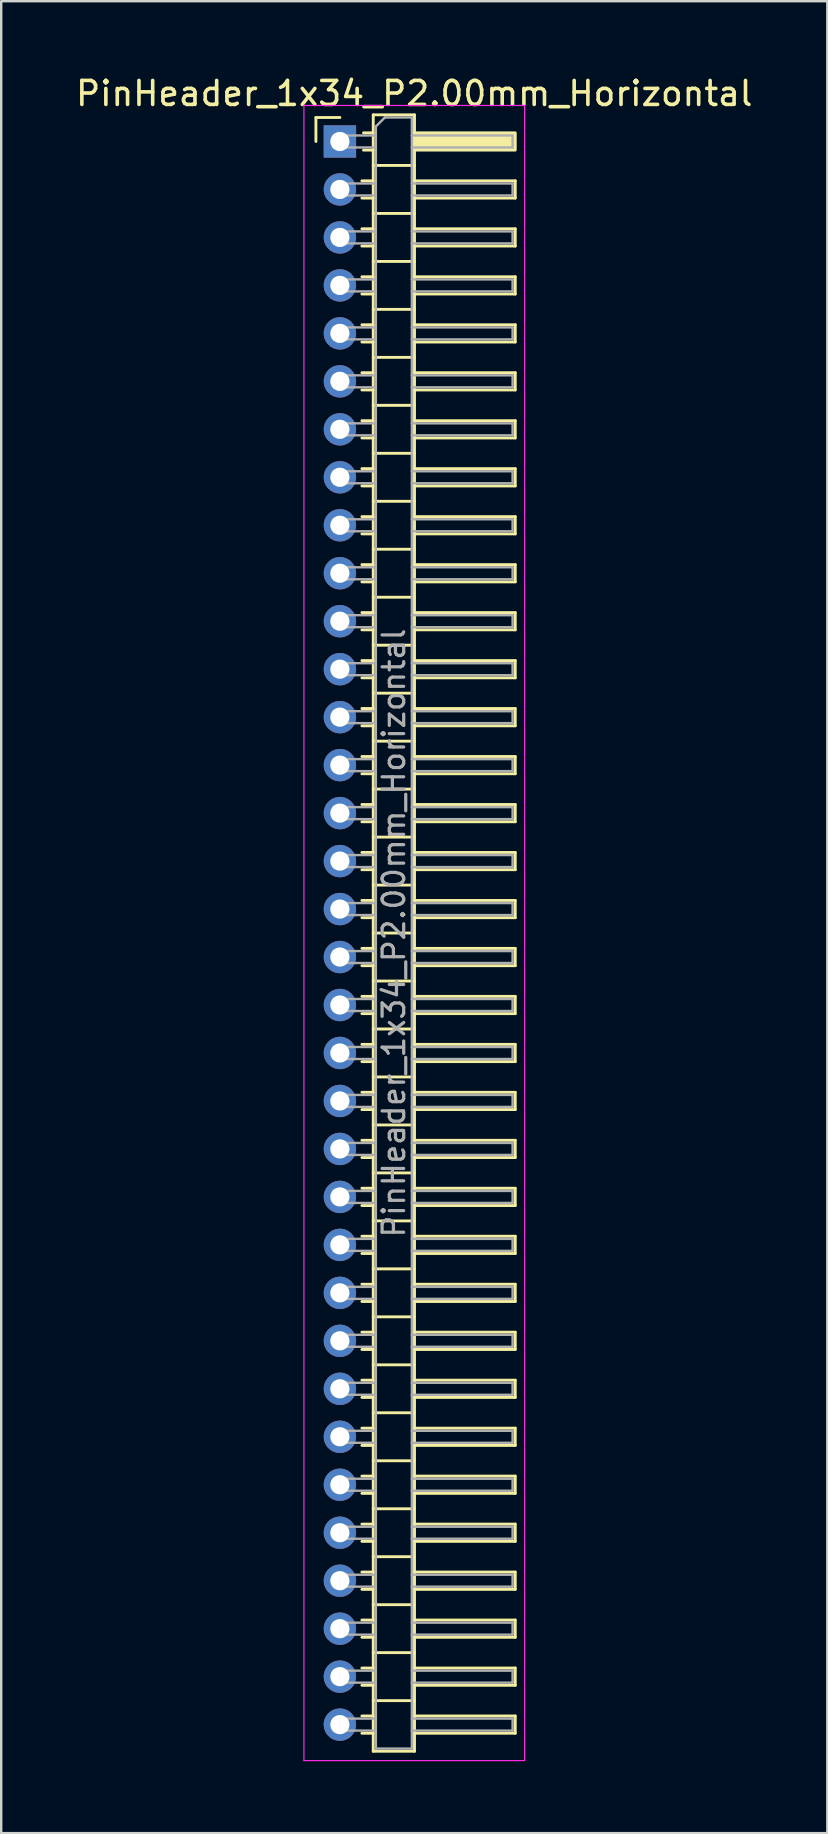
<source format=kicad_pcb>
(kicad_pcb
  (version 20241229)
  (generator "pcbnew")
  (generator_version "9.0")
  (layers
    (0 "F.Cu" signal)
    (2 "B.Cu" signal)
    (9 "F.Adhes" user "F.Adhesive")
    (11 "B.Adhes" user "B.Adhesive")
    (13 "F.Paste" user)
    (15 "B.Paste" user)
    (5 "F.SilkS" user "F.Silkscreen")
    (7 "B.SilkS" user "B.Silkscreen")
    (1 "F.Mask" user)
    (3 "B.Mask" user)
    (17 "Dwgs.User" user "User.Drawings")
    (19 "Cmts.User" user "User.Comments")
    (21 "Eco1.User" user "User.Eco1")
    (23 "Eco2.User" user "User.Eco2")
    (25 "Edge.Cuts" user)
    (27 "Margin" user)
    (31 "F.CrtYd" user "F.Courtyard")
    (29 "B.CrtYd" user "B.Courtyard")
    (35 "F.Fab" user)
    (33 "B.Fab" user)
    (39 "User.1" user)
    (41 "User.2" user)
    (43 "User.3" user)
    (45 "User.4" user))
  (footprint "PinHeader_1x34_P2.00mm_Horizontal"
    (layer "F.Cu")
    (at 11.12 2.848)
    (property "Reference" "PinHeader_1x34_P2.00mm_Horizontal" (at 3.1 -2 0) (layer "F.SilkS") (effects (font (size 1 1) (thickness 0.15))))
    (attr through_hole)
    (fp_line (start -1 -1) (end 0 -1) (stroke (width 0.12) (type solid)) (layer "F.SilkS"))
    (fp_line (start -1 0) (end -1 -1) (stroke (width 0.12) (type solid)) (layer "F.SilkS"))
    (fp_line (start 0.917 1.64) (end 1.39 1.64) (stroke (width 0.12) (type solid)) (layer "F.SilkS"))
    (fp_line (start 0.917 2.36) (end 1.39 2.36) (stroke (width 0.12) (type solid)) (layer "F.SilkS"))
    (fp_line (start 0.917 3.64) (end 1.39 3.64) (stroke (width 0.12) (type solid)) (layer "F.SilkS"))
    (fp_line (start 0.917 4.36) (end 1.39 4.36) (stroke (width 0.12) (type solid)) (layer "F.SilkS"))
    (fp_line (start 0.917 5.64) (end 1.39 5.64) (stroke (width 0.12) (type solid)) (layer "F.SilkS"))
    (fp_line (start 0.917 6.36) (end 1.39 6.36) (stroke (width 0.12) (type solid)) (layer "F.SilkS"))
    (fp_line (start 0.917 7.64) (end 1.39 7.64) (stroke (width 0.12) (type solid)) (layer "F.SilkS"))
    (fp_line (start 0.917 8.36) (end 1.39 8.36) (stroke (width 0.12) (type solid)) (layer "F.SilkS"))
    (fp_line (start 0.917 9.64) (end 1.39 9.64) (stroke (width 0.12) (type solid)) (layer "F.SilkS"))
    (fp_line (start 0.917 10.36) (end 1.39 10.36) (stroke (width 0.12) (type solid)) (layer "F.SilkS"))
    (fp_line (start 0.917 11.64) (end 1.39 11.64) (stroke (width 0.12) (type solid)) (layer "F.SilkS"))
    (fp_line (start 0.917 12.36) (end 1.39 12.36) (stroke (width 0.12) (type solid)) (layer "F.SilkS"))
    (fp_line (start 0.917 13.64) (end 1.39 13.64) (stroke (width 0.12) (type solid)) (layer "F.SilkS"))
    (fp_line (start 0.917 14.36) (end 1.39 14.36) (stroke (width 0.12) (type solid)) (layer "F.SilkS"))
    (fp_line (start 0.917 15.64) (end 1.39 15.64) (stroke (width 0.12) (type solid)) (layer "F.SilkS"))
    (fp_line (start 0.917 16.36) (end 1.39 16.36) (stroke (width 0.12) (type solid)) (layer "F.SilkS"))
    (fp_line (start 0.917 17.64) (end 1.39 17.64) (stroke (width 0.12) (type solid)) (layer "F.SilkS"))
    (fp_line (start 0.917 18.36) (end 1.39 18.36) (stroke (width 0.12) (type solid)) (layer "F.SilkS"))
    (fp_line (start 0.917 19.64) (end 1.39 19.64) (stroke (width 0.12) (type solid)) (layer "F.SilkS"))
    (fp_line (start 0.917 20.36) (end 1.39 20.36) (stroke (width 0.12) (type solid)) (layer "F.SilkS"))
    (fp_line (start 0.917 21.64) (end 1.39 21.64) (stroke (width 0.12) (type solid)) (layer "F.SilkS"))
    (fp_line (start 0.917 22.36) (end 1.39 22.36) (stroke (width 0.12) (type solid)) (layer "F.SilkS"))
    (fp_line (start 0.917 23.64) (end 1.39 23.64) (stroke (width 0.12) (type solid)) (layer "F.SilkS"))
    (fp_line (start 0.917 24.36) (end 1.39 24.36) (stroke (width 0.12) (type solid)) (layer "F.SilkS"))
    (fp_line (start 0.917 25.64) (end 1.39 25.64) (stroke (width 0.12) (type solid)) (layer "F.SilkS"))
    (fp_line (start 0.917 26.36) (end 1.39 26.36) (stroke (width 0.12) (type solid)) (layer "F.SilkS"))
    (fp_line (start 0.917 27.64) (end 1.39 27.64) (stroke (width 0.12) (type solid)) (layer "F.SilkS"))
    (fp_line (start 0.917 28.36) (end 1.39 28.36) (stroke (width 0.12) (type solid)) (layer "F.SilkS"))
    (fp_line (start 0.917 29.64) (end 1.39 29.64) (stroke (width 0.12) (type solid)) (layer "F.SilkS"))
    (fp_line (start 0.917 30.36) (end 1.39 30.36) (stroke (width 0.12) (type solid)) (layer "F.SilkS"))
    (fp_line (start 0.917 31.64) (end 1.39 31.64) (stroke (width 0.12) (type solid)) (layer "F.SilkS"))
    (fp_line (start 0.917 32.36) (end 1.39 32.36) (stroke (width 0.12) (type solid)) (layer "F.SilkS"))
    (fp_line (start 0.917 33.64) (end 1.39 33.64) (stroke (width 0.12) (type solid)) (layer "F.SilkS"))
    (fp_line (start 0.917 34.36) (end 1.39 34.36) (stroke (width 0.12) (type solid)) (layer "F.SilkS"))
    (fp_line (start 0.917 35.64) (end 1.39 35.64) (stroke (width 0.12) (type solid)) (layer "F.SilkS"))
    (fp_line (start 0.917 36.36) (end 1.39 36.36) (stroke (width 0.12) (type solid)) (layer "F.SilkS"))
    (fp_line (start 0.917 37.64) (end 1.39 37.64) (stroke (width 0.12) (type solid)) (layer "F.SilkS"))
    (fp_line (start 0.917 38.36) (end 1.39 38.36) (stroke (width 0.12) (type solid)) (layer "F.SilkS"))
    (fp_line (start 0.917 39.64) (end 1.39 39.64) (stroke (width 0.12) (type solid)) (layer "F.SilkS"))
    (fp_line (start 0.917 40.36) (end 1.39 40.36) (stroke (width 0.12) (type solid)) (layer "F.SilkS"))
    (fp_line (start 0.917 41.64) (end 1.39 41.64) (stroke (width 0.12) (type solid)) (layer "F.SilkS"))
    (fp_line (start 0.917 42.36) (end 1.39 42.36) (stroke (width 0.12) (type solid)) (layer "F.SilkS"))
    (fp_line (start 0.917 43.64) (end 1.39 43.64) (stroke (width 0.12) (type solid)) (layer "F.SilkS"))
    (fp_line (start 0.917 44.36) (end 1.39 44.36) (stroke (width 0.12) (type solid)) (layer "F.SilkS"))
    (fp_line (start 0.917 45.64) (end 1.39 45.64) (stroke (width 0.12) (type solid)) (layer "F.SilkS"))
    (fp_line (start 0.917 46.36) (end 1.39 46.36) (stroke (width 0.12) (type solid)) (layer "F.SilkS"))
    (fp_line (start 0.917 47.64) (end 1.39 47.64) (stroke (width 0.12) (type solid)) (layer "F.SilkS"))
    (fp_line (start 0.917 48.36) (end 1.39 48.36) (stroke (width 0.12) (type solid)) (layer "F.SilkS"))
    (fp_line (start 0.917 49.64) (end 1.39 49.64) (stroke (width 0.12) (type solid)) (layer "F.SilkS"))
    (fp_line (start 0.917 50.36) (end 1.39 50.36) (stroke (width 0.12) (type solid)) (layer "F.SilkS"))
    (fp_line (start 0.917 51.64) (end 1.39 51.64) (stroke (width 0.12) (type solid)) (layer "F.SilkS"))
    (fp_line (start 0.917 52.36) (end 1.39 52.36) (stroke (width 0.12) (type solid)) (layer "F.SilkS"))
    (fp_line (start 0.917 53.64) (end 1.39 53.64) (stroke (width 0.12) (type solid)) (layer "F.SilkS"))
    (fp_line (start 0.917 54.36) (end 1.39 54.36) (stroke (width 0.12) (type solid)) (layer "F.SilkS"))
    (fp_line (start 0.917 55.64) (end 1.39 55.64) (stroke (width 0.12) (type solid)) (layer "F.SilkS"))
    (fp_line (start 0.917 56.36) (end 1.39 56.36) (stroke (width 0.12) (type solid)) (layer "F.SilkS"))
    (fp_line (start 0.917 57.64) (end 1.39 57.64) (stroke (width 0.12) (type solid)) (layer "F.SilkS"))
    (fp_line (start 0.917 58.36) (end 1.39 58.36) (stroke (width 0.12) (type solid)) (layer "F.SilkS"))
    (fp_line (start 0.917 59.64) (end 1.39 59.64) (stroke (width 0.12) (type solid)) (layer "F.SilkS"))
    (fp_line (start 0.917 60.36) (end 1.39 60.36) (stroke (width 0.12) (type solid)) (layer "F.SilkS"))
    (fp_line (start 0.917 61.64) (end 1.39 61.64) (stroke (width 0.12) (type solid)) (layer "F.SilkS"))
    (fp_line (start 0.917 62.36) (end 1.39 62.36) (stroke (width 0.12) (type solid)) (layer "F.SilkS"))
    (fp_line (start 0.917 63.64) (end 1.39 63.64) (stroke (width 0.12) (type solid)) (layer "F.SilkS"))
    (fp_line (start 0.917 64.36) (end 1.39 64.36) (stroke (width 0.12) (type solid)) (layer "F.SilkS"))
    (fp_line (start 0.917 65.64) (end 1.39 65.64) (stroke (width 0.12) (type solid)) (layer "F.SilkS"))
    (fp_line (start 0.917 66.36) (end 1.39 66.36) (stroke (width 0.12) (type solid)) (layer "F.SilkS"))
    (fp_line (start 0.985 -0.36) (end 1.39 -0.36) (stroke (width 0.12) (type solid)) (layer "F.SilkS"))
    (fp_line (start 0.985 0.36) (end 1.39 0.36) (stroke (width 0.12) (type solid)) (layer "F.SilkS"))
    (fp_line (start 1.39 -1.11) (end 1.39 67.11) (stroke (width 0.12) (type solid)) (layer "F.SilkS"))
    (fp_line (start 1.39 1) (end 3.11 1) (stroke (width 0.12) (type solid)) (layer "F.SilkS"))
    (fp_line (start 1.39 3) (end 3.11 3) (stroke (width 0.12) (type solid)) (layer "F.SilkS"))
    (fp_line (start 1.39 5) (end 3.11 5) (stroke (width 0.12) (type solid)) (layer "F.SilkS"))
    (fp_line (start 1.39 7) (end 3.11 7) (stroke (width 0.12) (type solid)) (layer "F.SilkS"))
    (fp_line (start 1.39 9) (end 3.11 9) (stroke (width 0.12) (type solid)) (layer "F.SilkS"))
    (fp_line (start 1.39 11) (end 3.11 11) (stroke (width 0.12) (type solid)) (layer "F.SilkS"))
    (fp_line (start 1.39 13) (end 3.11 13) (stroke (width 0.12) (type solid)) (layer "F.SilkS"))
    (fp_line (start 1.39 15) (end 3.11 15) (stroke (width 0.12) (type solid)) (layer "F.SilkS"))
    (fp_line (start 1.39 17) (end 3.11 17) (stroke (width 0.12) (type solid)) (layer "F.SilkS"))
    (fp_line (start 1.39 19) (end 3.11 19) (stroke (width 0.12) (type solid)) (layer "F.SilkS"))
    (fp_line (start 1.39 21) (end 3.11 21) (stroke (width 0.12) (type solid)) (layer "F.SilkS"))
    (fp_line (start 1.39 23) (end 3.11 23) (stroke (width 0.12) (type solid)) (layer "F.SilkS"))
    (fp_line (start 1.39 25) (end 3.11 25) (stroke (width 0.12) (type solid)) (layer "F.SilkS"))
    (fp_line (start 1.39 27) (end 3.11 27) (stroke (width 0.12) (type solid)) (layer "F.SilkS"))
    (fp_line (start 1.39 29) (end 3.11 29) (stroke (width 0.12) (type solid)) (layer "F.SilkS"))
    (fp_line (start 1.39 31) (end 3.11 31) (stroke (width 0.12) (type solid)) (layer "F.SilkS"))
    (fp_line (start 1.39 33) (end 3.11 33) (stroke (width 0.12) (type solid)) (layer "F.SilkS"))
    (fp_line (start 1.39 35) (end 3.11 35) (stroke (width 0.12) (type solid)) (layer "F.SilkS"))
    (fp_line (start 1.39 37) (end 3.11 37) (stroke (width 0.12) (type solid)) (layer "F.SilkS"))
    (fp_line (start 1.39 39) (end 3.11 39) (stroke (width 0.12) (type solid)) (layer "F.SilkS"))
    (fp_line (start 1.39 41) (end 3.11 41) (stroke (width 0.12) (type solid)) (layer "F.SilkS"))
    (fp_line (start 1.39 43) (end 3.11 43) (stroke (width 0.12) (type solid)) (layer "F.SilkS"))
    (fp_line (start 1.39 45) (end 3.11 45) (stroke (width 0.12) (type solid)) (layer "F.SilkS"))
    (fp_line (start 1.39 47) (end 3.11 47) (stroke (width 0.12) (type solid)) (layer "F.SilkS"))
    (fp_line (start 1.39 49) (end 3.11 49) (stroke (width 0.12) (type solid)) (layer "F.SilkS"))
    (fp_line (start 1.39 51) (end 3.11 51) (stroke (width 0.12) (type solid)) (layer "F.SilkS"))
    (fp_line (start 1.39 53) (end 3.11 53) (stroke (width 0.12) (type solid)) (layer "F.SilkS"))
    (fp_line (start 1.39 55) (end 3.11 55) (stroke (width 0.12) (type solid)) (layer "F.SilkS"))
    (fp_line (start 1.39 57) (end 3.11 57) (stroke (width 0.12) (type solid)) (layer "F.SilkS"))
    (fp_line (start 1.39 59) (end 3.11 59) (stroke (width 0.12) (type solid)) (layer "F.SilkS"))
    (fp_line (start 1.39 61) (end 3.11 61) (stroke (width 0.12) (type solid)) (layer "F.SilkS"))
    (fp_line (start 1.39 63) (end 3.11 63) (stroke (width 0.12) (type solid)) (layer "F.SilkS"))
    (fp_line (start 1.39 65) (end 3.11 65) (stroke (width 0.12) (type solid)) (layer "F.SilkS"))
    (fp_line (start 1.39 67.11) (end 3.11 67.11) (stroke (width 0.12) (type solid)) (layer "F.SilkS"))
    (fp_line (start 3.11 -1.11) (end 1.39 -1.11) (stroke (width 0.12) (type solid)) (layer "F.SilkS"))
    (fp_line (start 3.11 1.64) (end 7.31 1.64) (stroke (width 0.12) (type solid)) (layer "F.SilkS"))
    (fp_line (start 3.11 3.64) (end 7.31 3.64) (stroke (width 0.12) (type solid)) (layer "F.SilkS"))
    (fp_line (start 3.11 5.64) (end 7.31 5.64) (stroke (width 0.12) (type solid)) (layer "F.SilkS"))
    (fp_line (start 3.11 7.64) (end 7.31 7.64) (stroke (width 0.12) (type solid)) (layer "F.SilkS"))
    (fp_line (start 3.11 9.64) (end 7.31 9.64) (stroke (width 0.12) (type solid)) (layer "F.SilkS"))
    (fp_line (start 3.11 11.64) (end 7.31 11.64) (stroke (width 0.12) (type solid)) (layer "F.SilkS"))
    (fp_line (start 3.11 13.64) (end 7.31 13.64) (stroke (width 0.12) (type solid)) (layer "F.SilkS"))
    (fp_line (start 3.11 15.64) (end 7.31 15.64) (stroke (width 0.12) (type solid)) (layer "F.SilkS"))
    (fp_line (start 3.11 17.64) (end 7.31 17.64) (stroke (width 0.12) (type solid)) (layer "F.SilkS"))
    (fp_line (start 3.11 19.64) (end 7.31 19.64) (stroke (width 0.12) (type solid)) (layer "F.SilkS"))
    (fp_line (start 3.11 21.64) (end 7.31 21.64) (stroke (width 0.12) (type solid)) (layer "F.SilkS"))
    (fp_line (start 3.11 23.64) (end 7.31 23.64) (stroke (width 0.12) (type solid)) (layer "F.SilkS"))
    (fp_line (start 3.11 25.64) (end 7.31 25.64) (stroke (width 0.12) (type solid)) (layer "F.SilkS"))
    (fp_line (start 3.11 27.64) (end 7.31 27.64) (stroke (width 0.12) (type solid)) (layer "F.SilkS"))
    (fp_line (start 3.11 29.64) (end 7.31 29.64) (stroke (width 0.12) (type solid)) (layer "F.SilkS"))
    (fp_line (start 3.11 31.64) (end 7.31 31.64) (stroke (width 0.12) (type solid)) (layer "F.SilkS"))
    (fp_line (start 3.11 33.64) (end 7.31 33.64) (stroke (width 0.12) (type solid)) (layer "F.SilkS"))
    (fp_line (start 3.11 35.64) (end 7.31 35.64) (stroke (width 0.12) (type solid)) (layer "F.SilkS"))
    (fp_line (start 3.11 37.64) (end 7.31 37.64) (stroke (width 0.12) (type solid)) (layer "F.SilkS"))
    (fp_line (start 3.11 39.64) (end 7.31 39.64) (stroke (width 0.12) (type solid)) (layer "F.SilkS"))
    (fp_line (start 3.11 41.64) (end 7.31 41.64) (stroke (width 0.12) (type solid)) (layer "F.SilkS"))
    (fp_line (start 3.11 43.64) (end 7.31 43.64) (stroke (width 0.12) (type solid)) (layer "F.SilkS"))
    (fp_line (start 3.11 45.64) (end 7.31 45.64) (stroke (width 0.12) (type solid)) (layer "F.SilkS"))
    (fp_line (start 3.11 47.64) (end 7.31 47.64) (stroke (width 0.12) (type solid)) (layer "F.SilkS"))
    (fp_line (start 3.11 49.64) (end 7.31 49.64) (stroke (width 0.12) (type solid)) (layer "F.SilkS"))
    (fp_line (start 3.11 51.64) (end 7.31 51.64) (stroke (width 0.12) (type solid)) (layer "F.SilkS"))
    (fp_line (start 3.11 53.64) (end 7.31 53.64) (stroke (width 0.12) (type solid)) (layer "F.SilkS"))
    (fp_line (start 3.11 55.64) (end 7.31 55.64) (stroke (width 0.12) (type solid)) (layer "F.SilkS"))
    (fp_line (start 3.11 57.64) (end 7.31 57.64) (stroke (width 0.12) (type solid)) (layer "F.SilkS"))
    (fp_line (start 3.11 59.64) (end 7.31 59.64) (stroke (width 0.12) (type solid)) (layer "F.SilkS"))
    (fp_line (start 3.11 61.64) (end 7.31 61.64) (stroke (width 0.12) (type solid)) (layer "F.SilkS"))
    (fp_line (start 3.11 63.64) (end 7.31 63.64) (stroke (width 0.12) (type solid)) (layer "F.SilkS"))
    (fp_line (start 3.11 65.64) (end 7.31 65.64) (stroke (width 0.12) (type solid)) (layer "F.SilkS"))
    (fp_line (start 3.11 67.11) (end 3.11 -1.11) (stroke (width 0.12) (type solid)) (layer "F.SilkS"))
    (fp_line (start 7.31 1.64) (end 7.31 2.36) (stroke (width 0.12) (type solid)) (layer "F.SilkS"))
    (fp_line (start 7.31 2.36) (end 3.11 2.36) (stroke (width 0.12) (type solid)) (layer "F.SilkS"))
    (fp_line (start 7.31 3.64) (end 7.31 4.36) (stroke (width 0.12) (type solid)) (layer "F.SilkS"))
    (fp_line (start 7.31 4.36) (end 3.11 4.36) (stroke (width 0.12) (type solid)) (layer "F.SilkS"))
    (fp_line (start 7.31 5.64) (end 7.31 6.36) (stroke (width 0.12) (type solid)) (layer "F.SilkS"))
    (fp_line (start 7.31 6.36) (end 3.11 6.36) (stroke (width 0.12) (type solid)) (layer "F.SilkS"))
    (fp_line (start 7.31 7.64) (end 7.31 8.36) (stroke (width 0.12) (type solid)) (layer "F.SilkS"))
    (fp_line (start 7.31 8.36) (end 3.11 8.36) (stroke (width 0.12) (type solid)) (layer "F.SilkS"))
    (fp_line (start 7.31 9.64) (end 7.31 10.36) (stroke (width 0.12) (type solid)) (layer "F.SilkS"))
    (fp_line (start 7.31 10.36) (end 3.11 10.36) (stroke (width 0.12) (type solid)) (layer "F.SilkS"))
    (fp_line (start 7.31 11.64) (end 7.31 12.36) (stroke (width 0.12) (type solid)) (layer "F.SilkS"))
    (fp_line (start 7.31 12.36) (end 3.11 12.36) (stroke (width 0.12) (type solid)) (layer "F.SilkS"))
    (fp_line (start 7.31 13.64) (end 7.31 14.36) (stroke (width 0.12) (type solid)) (layer "F.SilkS"))
    (fp_line (start 7.31 14.36) (end 3.11 14.36) (stroke (width 0.12) (type solid)) (layer "F.SilkS"))
    (fp_line (start 7.31 15.64) (end 7.31 16.36) (stroke (width 0.12) (type solid)) (layer "F.SilkS"))
    (fp_line (start 7.31 16.36) (end 3.11 16.36) (stroke (width 0.12) (type solid)) (layer "F.SilkS"))
    (fp_line (start 7.31 17.64) (end 7.31 18.36) (stroke (width 0.12) (type solid)) (layer "F.SilkS"))
    (fp_line (start 7.31 18.36) (end 3.11 18.36) (stroke (width 0.12) (type solid)) (layer "F.SilkS"))
    (fp_line (start 7.31 19.64) (end 7.31 20.36) (stroke (width 0.12) (type solid)) (layer "F.SilkS"))
    (fp_line (start 7.31 20.36) (end 3.11 20.36) (stroke (width 0.12) (type solid)) (layer "F.SilkS"))
    (fp_line (start 7.31 21.64) (end 7.31 22.36) (stroke (width 0.12) (type solid)) (layer "F.SilkS"))
    (fp_line (start 7.31 22.36) (end 3.11 22.36) (stroke (width 0.12) (type solid)) (layer "F.SilkS"))
    (fp_line (start 7.31 23.64) (end 7.31 24.36) (stroke (width 0.12) (type solid)) (layer "F.SilkS"))
    (fp_line (start 7.31 24.36) (end 3.11 24.36) (stroke (width 0.12) (type solid)) (layer "F.SilkS"))
    (fp_line (start 7.31 25.64) (end 7.31 26.36) (stroke (width 0.12) (type solid)) (layer "F.SilkS"))
    (fp_line (start 7.31 26.36) (end 3.11 26.36) (stroke (width 0.12) (type solid)) (layer "F.SilkS"))
    (fp_line (start 7.31 27.64) (end 7.31 28.36) (stroke (width 0.12) (type solid)) (layer "F.SilkS"))
    (fp_line (start 7.31 28.36) (end 3.11 28.36) (stroke (width 0.12) (type solid)) (layer "F.SilkS"))
    (fp_line (start 7.31 29.64) (end 7.31 30.36) (stroke (width 0.12) (type solid)) (layer "F.SilkS"))
    (fp_line (start 7.31 30.36) (end 3.11 30.36) (stroke (width 0.12) (type solid)) (layer "F.SilkS"))
    (fp_line (start 7.31 31.64) (end 7.31 32.36) (stroke (width 0.12) (type solid)) (layer "F.SilkS"))
    (fp_line (start 7.31 32.36) (end 3.11 32.36) (stroke (width 0.12) (type solid)) (layer "F.SilkS"))
    (fp_line (start 7.31 33.64) (end 7.31 34.36) (stroke (width 0.12) (type solid)) (layer "F.SilkS"))
    (fp_line (start 7.31 34.36) (end 3.11 34.36) (stroke (width 0.12) (type solid)) (layer "F.SilkS"))
    (fp_line (start 7.31 35.64) (end 7.31 36.36) (stroke (width 0.12) (type solid)) (layer "F.SilkS"))
    (fp_line (start 7.31 36.36) (end 3.11 36.36) (stroke (width 0.12) (type solid)) (layer "F.SilkS"))
    (fp_line (start 7.31 37.64) (end 7.31 38.36) (stroke (width 0.12) (type solid)) (layer "F.SilkS"))
    (fp_line (start 7.31 38.36) (end 3.11 38.36) (stroke (width 0.12) (type solid)) (layer "F.SilkS"))
    (fp_line (start 7.31 39.64) (end 7.31 40.36) (stroke (width 0.12) (type solid)) (layer "F.SilkS"))
    (fp_line (start 7.31 40.36) (end 3.11 40.36) (stroke (width 0.12) (type solid)) (layer "F.SilkS"))
    (fp_line (start 7.31 41.64) (end 7.31 42.36) (stroke (width 0.12) (type solid)) (layer "F.SilkS"))
    (fp_line (start 7.31 42.36) (end 3.11 42.36) (stroke (width 0.12) (type solid)) (layer "F.SilkS"))
    (fp_line (start 7.31 43.64) (end 7.31 44.36) (stroke (width 0.12) (type solid)) (layer "F.SilkS"))
    (fp_line (start 7.31 44.36) (end 3.11 44.36) (stroke (width 0.12) (type solid)) (layer "F.SilkS"))
    (fp_line (start 7.31 45.64) (end 7.31 46.36) (stroke (width 0.12) (type solid)) (layer "F.SilkS"))
    (fp_line (start 7.31 46.36) (end 3.11 46.36) (stroke (width 0.12) (type solid)) (layer "F.SilkS"))
    (fp_line (start 7.31 47.64) (end 7.31 48.36) (stroke (width 0.12) (type solid)) (layer "F.SilkS"))
    (fp_line (start 7.31 48.36) (end 3.11 48.36) (stroke (width 0.12) (type solid)) (layer "F.SilkS"))
    (fp_line (start 7.31 49.64) (end 7.31 50.36) (stroke (width 0.12) (type solid)) (layer "F.SilkS"))
    (fp_line (start 7.31 50.36) (end 3.11 50.36) (stroke (width 0.12) (type solid)) (layer "F.SilkS"))
    (fp_line (start 7.31 51.64) (end 7.31 52.36) (stroke (width 0.12) (type solid)) (layer "F.SilkS"))
    (fp_line (start 7.31 52.36) (end 3.11 52.36) (stroke (width 0.12) (type solid)) (layer "F.SilkS"))
    (fp_line (start 7.31 53.64) (end 7.31 54.36) (stroke (width 0.12) (type solid)) (layer "F.SilkS"))
    (fp_line (start 7.31 54.36) (end 3.11 54.36) (stroke (width 0.12) (type solid)) (layer "F.SilkS"))
    (fp_line (start 7.31 55.64) (end 7.31 56.36) (stroke (width 0.12) (type solid)) (layer "F.SilkS"))
    (fp_line (start 7.31 56.36) (end 3.11 56.36) (stroke (width 0.12) (type solid)) (layer "F.SilkS"))
    (fp_line (start 7.31 57.64) (end 7.31 58.36) (stroke (width 0.12) (type solid)) (layer "F.SilkS"))
    (fp_line (start 7.31 58.36) (end 3.11 58.36) (stroke (width 0.12) (type solid)) (layer "F.SilkS"))
    (fp_line (start 7.31 59.64) (end 7.31 60.36) (stroke (width 0.12) (type solid)) (layer "F.SilkS"))
    (fp_line (start 7.31 60.36) (end 3.11 60.36) (stroke (width 0.12) (type solid)) (layer "F.SilkS"))
    (fp_line (start 7.31 61.64) (end 7.31 62.36) (stroke (width 0.12) (type solid)) (layer "F.SilkS"))
    (fp_line (start 7.31 62.36) (end 3.11 62.36) (stroke (width 0.12) (type solid)) (layer "F.SilkS"))
    (fp_line (start 7.31 63.64) (end 7.31 64.36) (stroke (width 0.12) (type solid)) (layer "F.SilkS"))
    (fp_line (start 7.31 64.36) (end 3.11 64.36) (stroke (width 0.12) (type solid)) (layer "F.SilkS"))
    (fp_line (start 7.31 65.64) (end 7.31 66.36) (stroke (width 0.12) (type solid)) (layer "F.SilkS"))
    (fp_line (start 7.31 66.36) (end 3.11 66.36) (stroke (width 0.12) (type solid)) (layer "F.SilkS"))
    (fp_rect (start 3.11 -0.36) (end 7.31 0.36) (stroke (width 0.12) (type solid)) (fill yes) (layer "F.SilkS"))
    (fp_line (start -1.5 -1.5) (end -1.5 67.5) (stroke (width 0.05) (type solid)) (layer "F.CrtYd"))
    (fp_line (start -1.5 67.5) (end 7.7 67.5) (stroke (width 0.05) (type solid)) (layer "F.CrtYd"))
    (fp_line (start 7.7 -1.5) (end -1.5 -1.5) (stroke (width 0.05) (type solid)) (layer "F.CrtYd"))
    (fp_line (start 7.7 67.5) (end 7.7 -1.5) (stroke (width 0.05) (type solid)) (layer "F.CrtYd"))
    (fp_line (start -0.25 -0.25) (end -0.25 0.25) (stroke (width 0.1) (type solid)) (layer "F.Fab"))
    (fp_line (start -0.25 -0.25) (end 1.5 -0.25) (stroke (width 0.1) (type solid)) (layer "F.Fab"))
    (fp_line (start -0.25 0.25) (end 1.5 0.25) (stroke (width 0.1) (type solid)) (layer "F.Fab"))
    (fp_line (start -0.25 1.75) (end -0.25 2.25) (stroke (width 0.1) (type solid)) (layer "F.Fab"))
    (fp_line (start -0.25 1.75) (end 1.5 1.75) (stroke (width 0.1) (type solid)) (layer "F.Fab"))
    (fp_line (start -0.25 2.25) (end 1.5 2.25) (stroke (width 0.1) (type solid)) (layer "F.Fab"))
    (fp_line (start -0.25 3.75) (end -0.25 4.25) (stroke (width 0.1) (type solid)) (layer "F.Fab"))
    (fp_line (start -0.25 3.75) (end 1.5 3.75) (stroke (width 0.1) (type solid)) (layer "F.Fab"))
    (fp_line (start -0.25 4.25) (end 1.5 4.25) (stroke (width 0.1) (type solid)) (layer "F.Fab"))
    (fp_line (start -0.25 5.75) (end -0.25 6.25) (stroke (width 0.1) (type solid)) (layer "F.Fab"))
    (fp_line (start -0.25 5.75) (end 1.5 5.75) (stroke (width 0.1) (type solid)) (layer "F.Fab"))
    (fp_line (start -0.25 6.25) (end 1.5 6.25) (stroke (width 0.1) (type solid)) (layer "F.Fab"))
    (fp_line (start -0.25 7.75) (end -0.25 8.25) (stroke (width 0.1) (type solid)) (layer "F.Fab"))
    (fp_line (start -0.25 7.75) (end 1.5 7.75) (stroke (width 0.1) (type solid)) (layer "F.Fab"))
    (fp_line (start -0.25 8.25) (end 1.5 8.25) (stroke (width 0.1) (type solid)) (layer "F.Fab"))
    (fp_line (start -0.25 9.75) (end -0.25 10.25) (stroke (width 0.1) (type solid)) (layer "F.Fab"))
    (fp_line (start -0.25 9.75) (end 1.5 9.75) (stroke (width 0.1) (type solid)) (layer "F.Fab"))
    (fp_line (start -0.25 10.25) (end 1.5 10.25) (stroke (width 0.1) (type solid)) (layer "F.Fab"))
    (fp_line (start -0.25 11.75) (end -0.25 12.25) (stroke (width 0.1) (type solid)) (layer "F.Fab"))
    (fp_line (start -0.25 11.75) (end 1.5 11.75) (stroke (width 0.1) (type solid)) (layer "F.Fab"))
    (fp_line (start -0.25 12.25) (end 1.5 12.25) (stroke (width 0.1) (type solid)) (layer "F.Fab"))
    (fp_line (start -0.25 13.75) (end -0.25 14.25) (stroke (width 0.1) (type solid)) (layer "F.Fab"))
    (fp_line (start -0.25 13.75) (end 1.5 13.75) (stroke (width 0.1) (type solid)) (layer "F.Fab"))
    (fp_line (start -0.25 14.25) (end 1.5 14.25) (stroke (width 0.1) (type solid)) (layer "F.Fab"))
    (fp_line (start -0.25 15.75) (end -0.25 16.25) (stroke (width 0.1) (type solid)) (layer "F.Fab"))
    (fp_line (start -0.25 15.75) (end 1.5 15.75) (stroke (width 0.1) (type solid)) (layer "F.Fab"))
    (fp_line (start -0.25 16.25) (end 1.5 16.25) (stroke (width 0.1) (type solid)) (layer "F.Fab"))
    (fp_line (start -0.25 17.75) (end -0.25 18.25) (stroke (width 0.1) (type solid)) (layer "F.Fab"))
    (fp_line (start -0.25 17.75) (end 1.5 17.75) (stroke (width 0.1) (type solid)) (layer "F.Fab"))
    (fp_line (start -0.25 18.25) (end 1.5 18.25) (stroke (width 0.1) (type solid)) (layer "F.Fab"))
    (fp_line (start -0.25 19.75) (end -0.25 20.25) (stroke (width 0.1) (type solid)) (layer "F.Fab"))
    (fp_line (start -0.25 19.75) (end 1.5 19.75) (stroke (width 0.1) (type solid)) (layer "F.Fab"))
    (fp_line (start -0.25 20.25) (end 1.5 20.25) (stroke (width 0.1) (type solid)) (layer "F.Fab"))
    (fp_line (start -0.25 21.75) (end -0.25 22.25) (stroke (width 0.1) (type solid)) (layer "F.Fab"))
    (fp_line (start -0.25 21.75) (end 1.5 21.75) (stroke (width 0.1) (type solid)) (layer "F.Fab"))
    (fp_line (start -0.25 22.25) (end 1.5 22.25) (stroke (width 0.1) (type solid)) (layer "F.Fab"))
    (fp_line (start -0.25 23.75) (end -0.25 24.25) (stroke (width 0.1) (type solid)) (layer "F.Fab"))
    (fp_line (start -0.25 23.75) (end 1.5 23.75) (stroke (width 0.1) (type solid)) (layer "F.Fab"))
    (fp_line (start -0.25 24.25) (end 1.5 24.25) (stroke (width 0.1) (type solid)) (layer "F.Fab"))
    (fp_line (start -0.25 25.75) (end -0.25 26.25) (stroke (width 0.1) (type solid)) (layer "F.Fab"))
    (fp_line (start -0.25 25.75) (end 1.5 25.75) (stroke (width 0.1) (type solid)) (layer "F.Fab"))
    (fp_line (start -0.25 26.25) (end 1.5 26.25) (stroke (width 0.1) (type solid)) (layer "F.Fab"))
    (fp_line (start -0.25 27.75) (end -0.25 28.25) (stroke (width 0.1) (type solid)) (layer "F.Fab"))
    (fp_line (start -0.25 27.75) (end 1.5 27.75) (stroke (width 0.1) (type solid)) (layer "F.Fab"))
    (fp_line (start -0.25 28.25) (end 1.5 28.25) (stroke (width 0.1) (type solid)) (layer "F.Fab"))
    (fp_line (start -0.25 29.75) (end -0.25 30.25) (stroke (width 0.1) (type solid)) (layer "F.Fab"))
    (fp_line (start -0.25 29.75) (end 1.5 29.75) (stroke (width 0.1) (type solid)) (layer "F.Fab"))
    (fp_line (start -0.25 30.25) (end 1.5 30.25) (stroke (width 0.1) (type solid)) (layer "F.Fab"))
    (fp_line (start -0.25 31.75) (end -0.25 32.25) (stroke (width 0.1) (type solid)) (layer "F.Fab"))
    (fp_line (start -0.25 31.75) (end 1.5 31.75) (stroke (width 0.1) (type solid)) (layer "F.Fab"))
    (fp_line (start -0.25 32.25) (end 1.5 32.25) (stroke (width 0.1) (type solid)) (layer "F.Fab"))
    (fp_line (start -0.25 33.75) (end -0.25 34.25) (stroke (width 0.1) (type solid)) (layer "F.Fab"))
    (fp_line (start -0.25 33.75) (end 1.5 33.75) (stroke (width 0.1) (type solid)) (layer "F.Fab"))
    (fp_line (start -0.25 34.25) (end 1.5 34.25) (stroke (width 0.1) (type solid)) (layer "F.Fab"))
    (fp_line (start -0.25 35.75) (end -0.25 36.25) (stroke (width 0.1) (type solid)) (layer "F.Fab"))
    (fp_line (start -0.25 35.75) (end 1.5 35.75) (stroke (width 0.1) (type solid)) (layer "F.Fab"))
    (fp_line (start -0.25 36.25) (end 1.5 36.25) (stroke (width 0.1) (type solid)) (layer "F.Fab"))
    (fp_line (start -0.25 37.75) (end -0.25 38.25) (stroke (width 0.1) (type solid)) (layer "F.Fab"))
    (fp_line (start -0.25 37.75) (end 1.5 37.75) (stroke (width 0.1) (type solid)) (layer "F.Fab"))
    (fp_line (start -0.25 38.25) (end 1.5 38.25) (stroke (width 0.1) (type solid)) (layer "F.Fab"))
    (fp_line (start -0.25 39.75) (end -0.25 40.25) (stroke (width 0.1) (type solid)) (layer "F.Fab"))
    (fp_line (start -0.25 39.75) (end 1.5 39.75) (stroke (width 0.1) (type solid)) (layer "F.Fab"))
    (fp_line (start -0.25 40.25) (end 1.5 40.25) (stroke (width 0.1) (type solid)) (layer "F.Fab"))
    (fp_line (start -0.25 41.75) (end -0.25 42.25) (stroke (width 0.1) (type solid)) (layer "F.Fab"))
    (fp_line (start -0.25 41.75) (end 1.5 41.75) (stroke (width 0.1) (type solid)) (layer "F.Fab"))
    (fp_line (start -0.25 42.25) (end 1.5 42.25) (stroke (width 0.1) (type solid)) (layer "F.Fab"))
    (fp_line (start -0.25 43.75) (end -0.25 44.25) (stroke (width 0.1) (type solid)) (layer "F.Fab"))
    (fp_line (start -0.25 43.75) (end 1.5 43.75) (stroke (width 0.1) (type solid)) (layer "F.Fab"))
    (fp_line (start -0.25 44.25) (end 1.5 44.25) (stroke (width 0.1) (type solid)) (layer "F.Fab"))
    (fp_line (start -0.25 45.75) (end -0.25 46.25) (stroke (width 0.1) (type solid)) (layer "F.Fab"))
    (fp_line (start -0.25 45.75) (end 1.5 45.75) (stroke (width 0.1) (type solid)) (layer "F.Fab"))
    (fp_line (start -0.25 46.25) (end 1.5 46.25) (stroke (width 0.1) (type solid)) (layer "F.Fab"))
    (fp_line (start -0.25 47.75) (end -0.25 48.25) (stroke (width 0.1) (type solid)) (layer "F.Fab"))
    (fp_line (start -0.25 47.75) (end 1.5 47.75) (stroke (width 0.1) (type solid)) (layer "F.Fab"))
    (fp_line (start -0.25 48.25) (end 1.5 48.25) (stroke (width 0.1) (type solid)) (layer "F.Fab"))
    (fp_line (start -0.25 49.75) (end -0.25 50.25) (stroke (width 0.1) (type solid)) (layer "F.Fab"))
    (fp_line (start -0.25 49.75) (end 1.5 49.75) (stroke (width 0.1) (type solid)) (layer "F.Fab"))
    (fp_line (start -0.25 50.25) (end 1.5 50.25) (stroke (width 0.1) (type solid)) (layer "F.Fab"))
    (fp_line (start -0.25 51.75) (end -0.25 52.25) (stroke (width 0.1) (type solid)) (layer "F.Fab"))
    (fp_line (start -0.25 51.75) (end 1.5 51.75) (stroke (width 0.1) (type solid)) (layer "F.Fab"))
    (fp_line (start -0.25 52.25) (end 1.5 52.25) (stroke (width 0.1) (type solid)) (layer "F.Fab"))
    (fp_line (start -0.25 53.75) (end -0.25 54.25) (stroke (width 0.1) (type solid)) (layer "F.Fab"))
    (fp_line (start -0.25 53.75) (end 1.5 53.75) (stroke (width 0.1) (type solid)) (layer "F.Fab"))
    (fp_line (start -0.25 54.25) (end 1.5 54.25) (stroke (width 0.1) (type solid)) (layer "F.Fab"))
    (fp_line (start -0.25 55.75) (end -0.25 56.25) (stroke (width 0.1) (type solid)) (layer "F.Fab"))
    (fp_line (start -0.25 55.75) (end 1.5 55.75) (stroke (width 0.1) (type solid)) (layer "F.Fab"))
    (fp_line (start -0.25 56.25) (end 1.5 56.25) (stroke (width 0.1) (type solid)) (layer "F.Fab"))
    (fp_line (start -0.25 57.75) (end -0.25 58.25) (stroke (width 0.1) (type solid)) (layer "F.Fab"))
    (fp_line (start -0.25 57.75) (end 1.5 57.75) (stroke (width 0.1) (type solid)) (layer "F.Fab"))
    (fp_line (start -0.25 58.25) (end 1.5 58.25) (stroke (width 0.1) (type solid)) (layer "F.Fab"))
    (fp_line (start -0.25 59.75) (end -0.25 60.25) (stroke (width 0.1) (type solid)) (layer "F.Fab"))
    (fp_line (start -0.25 59.75) (end 1.5 59.75) (stroke (width 0.1) (type solid)) (layer "F.Fab"))
    (fp_line (start -0.25 60.25) (end 1.5 60.25) (stroke (width 0.1) (type solid)) (layer "F.Fab"))
    (fp_line (start -0.25 61.75) (end -0.25 62.25) (stroke (width 0.1) (type solid)) (layer "F.Fab"))
    (fp_line (start -0.25 61.75) (end 1.5 61.75) (stroke (width 0.1) (type solid)) (layer "F.Fab"))
    (fp_line (start -0.25 62.25) (end 1.5 62.25) (stroke (width 0.1) (type solid)) (layer "F.Fab"))
    (fp_line (start -0.25 63.75) (end -0.25 64.25) (stroke (width 0.1) (type solid)) (layer "F.Fab"))
    (fp_line (start -0.25 63.75) (end 1.5 63.75) (stroke (width 0.1) (type solid)) (layer "F.Fab"))
    (fp_line (start -0.25 64.25) (end 1.5 64.25) (stroke (width 0.1) (type solid)) (layer "F.Fab"))
    (fp_line (start -0.25 65.75) (end -0.25 66.25) (stroke (width 0.1) (type solid)) (layer "F.Fab"))
    (fp_line (start -0.25 65.75) (end 1.5 65.75) (stroke (width 0.1) (type solid)) (layer "F.Fab"))
    (fp_line (start -0.25 66.25) (end 1.5 66.25) (stroke (width 0.1) (type solid)) (layer "F.Fab"))
    (fp_line (start 1.5 -0.625) (end 1.875 -1) (stroke (width 0.1) (type solid)) (layer "F.Fab"))
    (fp_line (start 1.5 67) (end 1.5 -0.625) (stroke (width 0.1) (type solid)) (layer "F.Fab"))
    (fp_line (start 1.875 -1) (end 3 -1) (stroke (width 0.1) (type solid)) (layer "F.Fab"))
    (fp_line (start 3 -1) (end 3 67) (stroke (width 0.1) (type solid)) (layer "F.Fab"))
    (fp_line (start 3 -0.25) (end 7.2 -0.25) (stroke (width 0.1) (type solid)) (layer "F.Fab"))
    (fp_line (start 3 0.25) (end 7.2 0.25) (stroke (width 0.1) (type solid)) (layer "F.Fab"))
    (fp_line (start 3 1.75) (end 7.2 1.75) (stroke (width 0.1) (type solid)) (layer "F.Fab"))
    (fp_line (start 3 2.25) (end 7.2 2.25) (stroke (width 0.1) (type solid)) (layer "F.Fab"))
    (fp_line (start 3 3.75) (end 7.2 3.75) (stroke (width 0.1) (type solid)) (layer "F.Fab"))
    (fp_line (start 3 4.25) (end 7.2 4.25) (stroke (width 0.1) (type solid)) (layer "F.Fab"))
    (fp_line (start 3 5.75) (end 7.2 5.75) (stroke (width 0.1) (type solid)) (layer "F.Fab"))
    (fp_line (start 3 6.25) (end 7.2 6.25) (stroke (width 0.1) (type solid)) (layer "F.Fab"))
    (fp_line (start 3 7.75) (end 7.2 7.75) (stroke (width 0.1) (type solid)) (layer "F.Fab"))
    (fp_line (start 3 8.25) (end 7.2 8.25) (stroke (width 0.1) (type solid)) (layer "F.Fab"))
    (fp_line (start 3 9.75) (end 7.2 9.75) (stroke (width 0.1) (type solid)) (layer "F.Fab"))
    (fp_line (start 3 10.25) (end 7.2 10.25) (stroke (width 0.1) (type solid)) (layer "F.Fab"))
    (fp_line (start 3 11.75) (end 7.2 11.75) (stroke (width 0.1) (type solid)) (layer "F.Fab"))
    (fp_line (start 3 12.25) (end 7.2 12.25) (stroke (width 0.1) (type solid)) (layer "F.Fab"))
    (fp_line (start 3 13.75) (end 7.2 13.75) (stroke (width 0.1) (type solid)) (layer "F.Fab"))
    (fp_line (start 3 14.25) (end 7.2 14.25) (stroke (width 0.1) (type solid)) (layer "F.Fab"))
    (fp_line (start 3 15.75) (end 7.2 15.75) (stroke (width 0.1) (type solid)) (layer "F.Fab"))
    (fp_line (start 3 16.25) (end 7.2 16.25) (stroke (width 0.1) (type solid)) (layer "F.Fab"))
    (fp_line (start 3 17.75) (end 7.2 17.75) (stroke (width 0.1) (type solid)) (layer "F.Fab"))
    (fp_line (start 3 18.25) (end 7.2 18.25) (stroke (width 0.1) (type solid)) (layer "F.Fab"))
    (fp_line (start 3 19.75) (end 7.2 19.75) (stroke (width 0.1) (type solid)) (layer "F.Fab"))
    (fp_line (start 3 20.25) (end 7.2 20.25) (stroke (width 0.1) (type solid)) (layer "F.Fab"))
    (fp_line (start 3 21.75) (end 7.2 21.75) (stroke (width 0.1) (type solid)) (layer "F.Fab"))
    (fp_line (start 3 22.25) (end 7.2 22.25) (stroke (width 0.1) (type solid)) (layer "F.Fab"))
    (fp_line (start 3 23.75) (end 7.2 23.75) (stroke (width 0.1) (type solid)) (layer "F.Fab"))
    (fp_line (start 3 24.25) (end 7.2 24.25) (stroke (width 0.1) (type solid)) (layer "F.Fab"))
    (fp_line (start 3 25.75) (end 7.2 25.75) (stroke (width 0.1) (type solid)) (layer "F.Fab"))
    (fp_line (start 3 26.25) (end 7.2 26.25) (stroke (width 0.1) (type solid)) (layer "F.Fab"))
    (fp_line (start 3 27.75) (end 7.2 27.75) (stroke (width 0.1) (type solid)) (layer "F.Fab"))
    (fp_line (start 3 28.25) (end 7.2 28.25) (stroke (width 0.1) (type solid)) (layer "F.Fab"))
    (fp_line (start 3 29.75) (end 7.2 29.75) (stroke (width 0.1) (type solid)) (layer "F.Fab"))
    (fp_line (start 3 30.25) (end 7.2 30.25) (stroke (width 0.1) (type solid)) (layer "F.Fab"))
    (fp_line (start 3 31.75) (end 7.2 31.75) (stroke (width 0.1) (type solid)) (layer "F.Fab"))
    (fp_line (start 3 32.25) (end 7.2 32.25) (stroke (width 0.1) (type solid)) (layer "F.Fab"))
    (fp_line (start 3 33.75) (end 7.2 33.75) (stroke (width 0.1) (type solid)) (layer "F.Fab"))
    (fp_line (start 3 34.25) (end 7.2 34.25) (stroke (width 0.1) (type solid)) (layer "F.Fab"))
    (fp_line (start 3 35.75) (end 7.2 35.75) (stroke (width 0.1) (type solid)) (layer "F.Fab"))
    (fp_line (start 3 36.25) (end 7.2 36.25) (stroke (width 0.1) (type solid)) (layer "F.Fab"))
    (fp_line (start 3 37.75) (end 7.2 37.75) (stroke (width 0.1) (type solid)) (layer "F.Fab"))
    (fp_line (start 3 38.25) (end 7.2 38.25) (stroke (width 0.1) (type solid)) (layer "F.Fab"))
    (fp_line (start 3 39.75) (end 7.2 39.75) (stroke (width 0.1) (type solid)) (layer "F.Fab"))
    (fp_line (start 3 40.25) (end 7.2 40.25) (stroke (width 0.1) (type solid)) (layer "F.Fab"))
    (fp_line (start 3 41.75) (end 7.2 41.75) (stroke (width 0.1) (type solid)) (layer "F.Fab"))
    (fp_line (start 3 42.25) (end 7.2 42.25) (stroke (width 0.1) (type solid)) (layer "F.Fab"))
    (fp_line (start 3 43.75) (end 7.2 43.75) (stroke (width 0.1) (type solid)) (layer "F.Fab"))
    (fp_line (start 3 44.25) (end 7.2 44.25) (stroke (width 0.1) (type solid)) (layer "F.Fab"))
    (fp_line (start 3 45.75) (end 7.2 45.75) (stroke (width 0.1) (type solid)) (layer "F.Fab"))
    (fp_line (start 3 46.25) (end 7.2 46.25) (stroke (width 0.1) (type solid)) (layer "F.Fab"))
    (fp_line (start 3 47.75) (end 7.2 47.75) (stroke (width 0.1) (type solid)) (layer "F.Fab"))
    (fp_line (start 3 48.25) (end 7.2 48.25) (stroke (width 0.1) (type solid)) (layer "F.Fab"))
    (fp_line (start 3 49.75) (end 7.2 49.75) (stroke (width 0.1) (type solid)) (layer "F.Fab"))
    (fp_line (start 3 50.25) (end 7.2 50.25) (stroke (width 0.1) (type solid)) (layer "F.Fab"))
    (fp_line (start 3 51.75) (end 7.2 51.75) (stroke (width 0.1) (type solid)) (layer "F.Fab"))
    (fp_line (start 3 52.25) (end 7.2 52.25) (stroke (width 0.1) (type solid)) (layer "F.Fab"))
    (fp_line (start 3 53.75) (end 7.2 53.75) (stroke (width 0.1) (type solid)) (layer "F.Fab"))
    (fp_line (start 3 54.25) (end 7.2 54.25) (stroke (width 0.1) (type solid)) (layer "F.Fab"))
    (fp_line (start 3 55.75) (end 7.2 55.75) (stroke (width 0.1) (type solid)) (layer "F.Fab"))
    (fp_line (start 3 56.25) (end 7.2 56.25) (stroke (width 0.1) (type solid)) (layer "F.Fab"))
    (fp_line (start 3 57.75) (end 7.2 57.75) (stroke (width 0.1) (type solid)) (layer "F.Fab"))
    (fp_line (start 3 58.25) (end 7.2 58.25) (stroke (width 0.1) (type solid)) (layer "F.Fab"))
    (fp_line (start 3 59.75) (end 7.2 59.75) (stroke (width 0.1) (type solid)) (layer "F.Fab"))
    (fp_line (start 3 60.25) (end 7.2 60.25) (stroke (width 0.1) (type solid)) (layer "F.Fab"))
    (fp_line (start 3 61.75) (end 7.2 61.75) (stroke (width 0.1) (type solid)) (layer "F.Fab"))
    (fp_line (start 3 62.25) (end 7.2 62.25) (stroke (width 0.1) (type solid)) (layer "F.Fab"))
    (fp_line (start 3 63.75) (end 7.2 63.75) (stroke (width 0.1) (type solid)) (layer "F.Fab"))
    (fp_line (start 3 64.25) (end 7.2 64.25) (stroke (width 0.1) (type solid)) (layer "F.Fab"))
    (fp_line (start 3 65.75) (end 7.2 65.75) (stroke (width 0.1) (type solid)) (layer "F.Fab"))
    (fp_line (start 3 66.25) (end 7.2 66.25) (stroke (width 0.1) (type solid)) (layer "F.Fab"))
    (fp_line (start 3 67) (end 1.5 67) (stroke (width 0.1) (type solid)) (layer "F.Fab"))
    (fp_line (start 7.2 -0.25) (end 7.2 0.25) (stroke (width 0.1) (type solid)) (layer "F.Fab"))
    (fp_line (start 7.2 1.75) (end 7.2 2.25) (stroke (width 0.1) (type solid)) (layer "F.Fab"))
    (fp_line (start 7.2 3.75) (end 7.2 4.25) (stroke (width 0.1) (type solid)) (layer "F.Fab"))
    (fp_line (start 7.2 5.75) (end 7.2 6.25) (stroke (width 0.1) (type solid)) (layer "F.Fab"))
    (fp_line (start 7.2 7.75) (end 7.2 8.25) (stroke (width 0.1) (type solid)) (layer "F.Fab"))
    (fp_line (start 7.2 9.75) (end 7.2 10.25) (stroke (width 0.1) (type solid)) (layer "F.Fab"))
    (fp_line (start 7.2 11.75) (end 7.2 12.25) (stroke (width 0.1) (type solid)) (layer "F.Fab"))
    (fp_line (start 7.2 13.75) (end 7.2 14.25) (stroke (width 0.1) (type solid)) (layer "F.Fab"))
    (fp_line (start 7.2 15.75) (end 7.2 16.25) (stroke (width 0.1) (type solid)) (layer "F.Fab"))
    (fp_line (start 7.2 17.75) (end 7.2 18.25) (stroke (width 0.1) (type solid)) (layer "F.Fab"))
    (fp_line (start 7.2 19.75) (end 7.2 20.25) (stroke (width 0.1) (type solid)) (layer "F.Fab"))
    (fp_line (start 7.2 21.75) (end 7.2 22.25) (stroke (width 0.1) (type solid)) (layer "F.Fab"))
    (fp_line (start 7.2 23.75) (end 7.2 24.25) (stroke (width 0.1) (type solid)) (layer "F.Fab"))
    (fp_line (start 7.2 25.75) (end 7.2 26.25) (stroke (width 0.1) (type solid)) (layer "F.Fab"))
    (fp_line (start 7.2 27.75) (end 7.2 28.25) (stroke (width 0.1) (type solid)) (layer "F.Fab"))
    (fp_line (start 7.2 29.75) (end 7.2 30.25) (stroke (width 0.1) (type solid)) (layer "F.Fab"))
    (fp_line (start 7.2 31.75) (end 7.2 32.25) (stroke (width 0.1) (type solid)) (layer "F.Fab"))
    (fp_line (start 7.2 33.75) (end 7.2 34.25) (stroke (width 0.1) (type solid)) (layer "F.Fab"))
    (fp_line (start 7.2 35.75) (end 7.2 36.25) (stroke (width 0.1) (type solid)) (layer "F.Fab"))
    (fp_line (start 7.2 37.75) (end 7.2 38.25) (stroke (width 0.1) (type solid)) (layer "F.Fab"))
    (fp_line (start 7.2 39.75) (end 7.2 40.25) (stroke (width 0.1) (type solid)) (layer "F.Fab"))
    (fp_line (start 7.2 41.75) (end 7.2 42.25) (stroke (width 0.1) (type solid)) (layer "F.Fab"))
    (fp_line (start 7.2 43.75) (end 7.2 44.25) (stroke (width 0.1) (type solid)) (layer "F.Fab"))
    (fp_line (start 7.2 45.75) (end 7.2 46.25) (stroke (width 0.1) (type solid)) (layer "F.Fab"))
    (fp_line (start 7.2 47.75) (end 7.2 48.25) (stroke (width 0.1) (type solid)) (layer "F.Fab"))
    (fp_line (start 7.2 49.75) (end 7.2 50.25) (stroke (width 0.1) (type solid)) (layer "F.Fab"))
    (fp_line (start 7.2 51.75) (end 7.2 52.25) (stroke (width 0.1) (type solid)) (layer "F.Fab"))
    (fp_line (start 7.2 53.75) (end 7.2 54.25) (stroke (width 0.1) (type solid)) (layer "F.Fab"))
    (fp_line (start 7.2 55.75) (end 7.2 56.25) (stroke (width 0.1) (type solid)) (layer "F.Fab"))
    (fp_line (start 7.2 57.75) (end 7.2 58.25) (stroke (width 0.1) (type solid)) (layer "F.Fab"))
    (fp_line (start 7.2 59.75) (end 7.2 60.25) (stroke (width 0.1) (type solid)) (layer "F.Fab"))
    (fp_line (start 7.2 61.75) (end 7.2 62.25) (stroke (width 0.1) (type solid)) (layer "F.Fab"))
    (fp_line (start 7.2 63.75) (end 7.2 64.25) (stroke (width 0.1) (type solid)) (layer "F.Fab"))
    (fp_line (start 7.2 65.75) (end 7.2 66.25) (stroke (width 0.1) (type solid)) (layer "F.Fab"))
    (fp_text user "${REFERENCE}" (at 2.25 33 90) (layer "F.Fab") (effects (font (size 0.9 0.9) (thickness 0.135))))
    (pad "1" thru_hole rect (at 0 0) (size 1.35 1.35) (drill 0.8) (layers "*.Cu" "*.Mask"))
    (pad "2" thru_hole circle (at 0 2) (size 1.35 1.35) (drill 0.8) (layers "*.Cu" "*.Mask"))
    (pad "3" thru_hole circle (at 0 4) (size 1.35 1.35) (drill 0.8) (layers "*.Cu" "*.Mask"))
    (pad "4" thru_hole circle (at 0 6) (size 1.35 1.35) (drill 0.8) (layers "*.Cu" "*.Mask"))
    (pad "5" thru_hole circle (at 0 8) (size 1.35 1.35) (drill 0.8) (layers "*.Cu" "*.Mask"))
    (pad "6" thru_hole circle (at 0 10) (size 1.35 1.35) (drill 0.8) (layers "*.Cu" "*.Mask"))
    (pad "7" thru_hole circle (at 0 12) (size 1.35 1.35) (drill 0.8) (layers "*.Cu" "*.Mask"))
    (pad "8" thru_hole circle (at 0 14) (size 1.35 1.35) (drill 0.8) (layers "*.Cu" "*.Mask"))
    (pad "9" thru_hole circle (at 0 16) (size 1.35 1.35) (drill 0.8) (layers "*.Cu" "*.Mask"))
    (pad "10" thru_hole circle (at 0 18) (size 1.35 1.35) (drill 0.8) (layers "*.Cu" "*.Mask"))
    (pad "11" thru_hole circle (at 0 20) (size 1.35 1.35) (drill 0.8) (layers "*.Cu" "*.Mask"))
    (pad "12" thru_hole circle (at 0 22) (size 1.35 1.35) (drill 0.8) (layers "*.Cu" "*.Mask"))
    (pad "13" thru_hole circle (at 0 24) (size 1.35 1.35) (drill 0.8) (layers "*.Cu" "*.Mask"))
    (pad "14" thru_hole circle (at 0 26) (size 1.35 1.35) (drill 0.8) (layers "*.Cu" "*.Mask"))
    (pad "15" thru_hole circle (at 0 28) (size 1.35 1.35) (drill 0.8) (layers "*.Cu" "*.Mask"))
    (pad "16" thru_hole circle (at 0 30) (size 1.35 1.35) (drill 0.8) (layers "*.Cu" "*.Mask"))
    (pad "17" thru_hole circle (at 0 32) (size 1.35 1.35) (drill 0.8) (layers "*.Cu" "*.Mask"))
    (pad "18" thru_hole circle (at 0 34) (size 1.35 1.35) (drill 0.8) (layers "*.Cu" "*.Mask"))
    (pad "19" thru_hole circle (at 0 36) (size 1.35 1.35) (drill 0.8) (layers "*.Cu" "*.Mask"))
    (pad "20" thru_hole circle (at 0 38) (size 1.35 1.35) (drill 0.8) (layers "*.Cu" "*.Mask"))
    (pad "21" thru_hole circle (at 0 40) (size 1.35 1.35) (drill 0.8) (layers "*.Cu" "*.Mask"))
    (pad "22" thru_hole circle (at 0 42) (size 1.35 1.35) (drill 0.8) (layers "*.Cu" "*.Mask"))
    (pad "23" thru_hole circle (at 0 44) (size 1.35 1.35) (drill 0.8) (layers "*.Cu" "*.Mask"))
    (pad "24" thru_hole circle (at 0 46) (size 1.35 1.35) (drill 0.8) (layers "*.Cu" "*.Mask"))
    (pad "25" thru_hole circle (at 0 48) (size 1.35 1.35) (drill 0.8) (layers "*.Cu" "*.Mask"))
    (pad "26" thru_hole circle (at 0 50) (size 1.35 1.35) (drill 0.8) (layers "*.Cu" "*.Mask"))
    (pad "27" thru_hole circle (at 0 52) (size 1.35 1.35) (drill 0.8) (layers "*.Cu" "*.Mask"))
    (pad "28" thru_hole circle (at 0 54) (size 1.35 1.35) (drill 0.8) (layers "*.Cu" "*.Mask"))
    (pad "29" thru_hole circle (at 0 56) (size 1.35 1.35) (drill 0.8) (layers "*.Cu" "*.Mask"))
    (pad "30" thru_hole circle (at 0 58) (size 1.35 1.35) (drill 0.8) (layers "*.Cu" "*.Mask"))
    (pad "31" thru_hole circle (at 0 60) (size 1.35 1.35) (drill 0.8) (layers "*.Cu" "*.Mask"))
    (pad "32" thru_hole circle (at 0 62) (size 1.35 1.35) (drill 0.8) (layers "*.Cu" "*.Mask"))
    (pad "33" thru_hole circle (at 0 64) (size 1.35 1.35) (drill 0.8) (layers "*.Cu" "*.Mask"))
    (pad "34" thru_hole circle (at 0 66) (size 1.35 1.35) (drill 0.8) (layers "*.Cu" "*.Mask")))
  (gr_rect
    (start -3 -3)
    (end 31.44 73.373)
    (stroke (width 0.1) (type default))
    (fill no)
    (layer "Edge.Cuts")))
</source>
